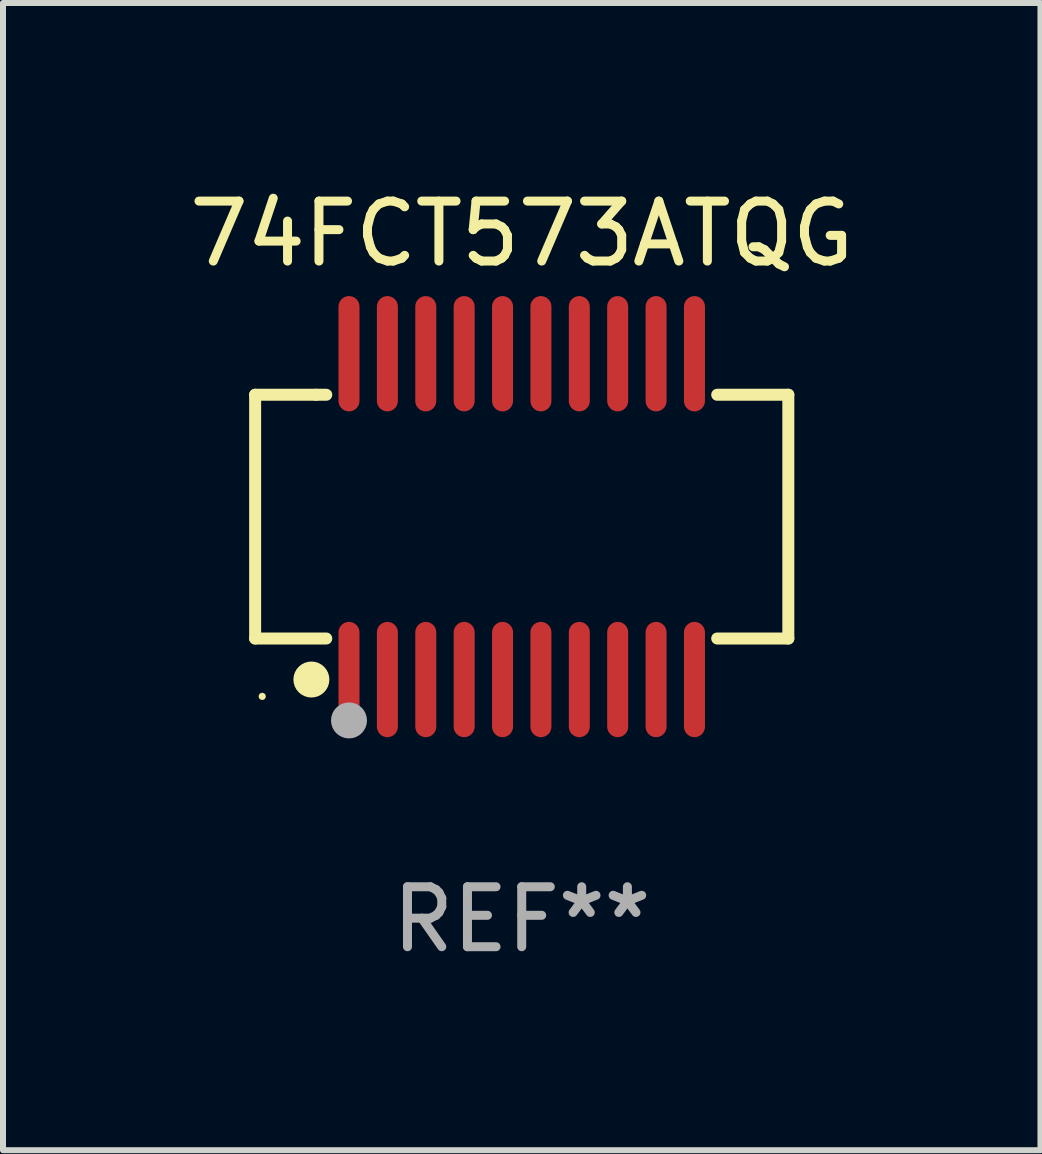
<source format=kicad_pcb>
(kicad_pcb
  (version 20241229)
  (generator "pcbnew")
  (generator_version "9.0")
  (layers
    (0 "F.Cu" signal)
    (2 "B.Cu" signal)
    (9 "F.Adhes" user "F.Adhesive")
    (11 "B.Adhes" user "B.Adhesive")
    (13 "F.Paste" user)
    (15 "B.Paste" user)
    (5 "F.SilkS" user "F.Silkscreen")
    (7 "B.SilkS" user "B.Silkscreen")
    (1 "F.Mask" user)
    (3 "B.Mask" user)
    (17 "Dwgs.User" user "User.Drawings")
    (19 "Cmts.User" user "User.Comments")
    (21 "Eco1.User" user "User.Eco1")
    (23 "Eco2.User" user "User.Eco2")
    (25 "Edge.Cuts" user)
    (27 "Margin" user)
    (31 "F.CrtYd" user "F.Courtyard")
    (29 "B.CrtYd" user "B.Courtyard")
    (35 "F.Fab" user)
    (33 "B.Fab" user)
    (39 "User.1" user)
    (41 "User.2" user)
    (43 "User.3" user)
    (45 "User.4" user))
  (footprint "74FCT573ATQG"
    (layer "F.Cu")
    (at 5.649 5.564)
    (property "Reference" "74FCT573ATQG" (at 0 -4.716 0) (layer "F.SilkS") (effects (font (size 1 1) (thickness 0.15))))
    (attr through_hole)
    (fp_line (start -4.445 -2.032) (end -4.445 2.032) (stroke (width 0.2) (type solid)) (layer "F.SilkS"))
    (fp_line (start -4.445 2.032) (end -3.259 2.032) (stroke (width 0.2) (type solid)) (layer "F.SilkS"))
    (fp_line (start -3.429 -2.032) (end -4.445 -2.032) (stroke (width 0.2) (type solid)) (layer "F.SilkS"))
    (fp_line (start -3.259 -2.032) (end -3.429 -2.032) (stroke (width 0.2) (type solid)) (layer "F.SilkS"))
    (fp_line (start 3.259 2.032) (end 4.445 2.032) (stroke (width 0.2) (type solid)) (layer "F.SilkS"))
    (fp_line (start 4.445 -2.032) (end 3.259 -2.032) (stroke (width 0.2) (type solid)) (layer "F.SilkS"))
    (fp_line (start 4.445 2.032) (end 4.445 -2.032) (stroke (width 0.2) (type solid)) (layer "F.SilkS"))
    (fp_circle (center -4.327 2.997) (end -4.297 2.997) (stroke (width 0.06) (type solid)) (fill no) (layer "F.SilkS"))
    (fp_circle (center -3.507 2.716) (end -3.357 2.716) (stroke (width 0.3) (type solid)) (fill no) (layer "F.SilkS"))
    (fp_circle (center -2.88 3.398) (end -2.73 3.398) (stroke (width 0.3) (type solid)) (fill no) (layer "F.Fab"))
    (fp_text user "REF**" (at 0 6.716 0) (layer "F.Fab") (effects (font (size 1 1) (thickness 0.15))))
    (pad "1" smd oval (at -2.88 2.716) (size 0.35 1.922) (layers "F.Cu" "F.Mask" "F.Paste"))
    (pad "2" smd oval (at -2.24 2.716) (size 0.35 1.922) (layers "F.Cu" "F.Mask" "F.Paste"))
    (pad "3" smd oval (at -1.6 2.716) (size 0.35 1.922) (layers "F.Cu" "F.Mask" "F.Paste"))
    (pad "4" smd oval (at -0.96 2.716) (size 0.35 1.922) (layers "F.Cu" "F.Mask" "F.Paste"))
    (pad "5" smd oval (at -0.32 2.716) (size 0.35 1.922) (layers "F.Cu" "F.Mask" "F.Paste"))
    (pad "6" smd oval (at 0.32 2.716) (size 0.35 1.922) (layers "F.Cu" "F.Mask" "F.Paste"))
    (pad "7" smd oval (at 0.96 2.716) (size 0.35 1.922) (layers "F.Cu" "F.Mask" "F.Paste"))
    (pad "8" smd oval (at 1.6 2.716) (size 0.35 1.922) (layers "F.Cu" "F.Mask" "F.Paste"))
    (pad "9" smd oval (at 2.24 2.716) (size 0.35 1.922) (layers "F.Cu" "F.Mask" "F.Paste"))
    (pad "10" smd oval (at 2.88 2.716) (size 0.35 1.922) (layers "F.Cu" "F.Mask" "F.Paste"))
    (pad "11" smd oval (at 2.88 -2.716) (size 0.35 1.922) (layers "F.Cu" "F.Mask" "F.Paste"))
    (pad "12" smd oval (at 2.24 -2.716) (size 0.35 1.922) (layers "F.Cu" "F.Mask" "F.Paste"))
    (pad "13" smd oval (at 1.6 -2.716) (size 0.35 1.922) (layers "F.Cu" "F.Mask" "F.Paste"))
    (pad "14" smd oval (at 0.96 -2.716) (size 0.35 1.922) (layers "F.Cu" "F.Mask" "F.Paste"))
    (pad "15" smd oval (at 0.32 -2.716) (size 0.35 1.922) (layers "F.Cu" "F.Mask" "F.Paste"))
    (pad "16" smd oval (at -0.32 -2.716) (size 0.35 1.922) (layers "F.Cu" "F.Mask" "F.Paste"))
    (pad "17" smd oval (at -0.96 -2.716) (size 0.35 1.922) (layers "F.Cu" "F.Mask" "F.Paste"))
    (pad "18" smd oval (at -1.6 -2.716) (size 0.35 1.922) (layers "F.Cu" "F.Mask" "F.Paste"))
    (pad "19" smd oval (at -2.24 -2.716) (size 0.35 1.922) (layers "F.Cu" "F.Mask" "F.Paste"))
    (pad "20" smd oval (at -2.88 -2.716) (size 0.35 1.922) (layers "F.Cu" "F.Mask" "F.Paste")))
  (gr_rect
    (start -3 -3)
    (end 14.298 16.128)
    (stroke (width 0.1) (type default))
    (fill no)
    (layer "Edge.Cuts")))
</source>
